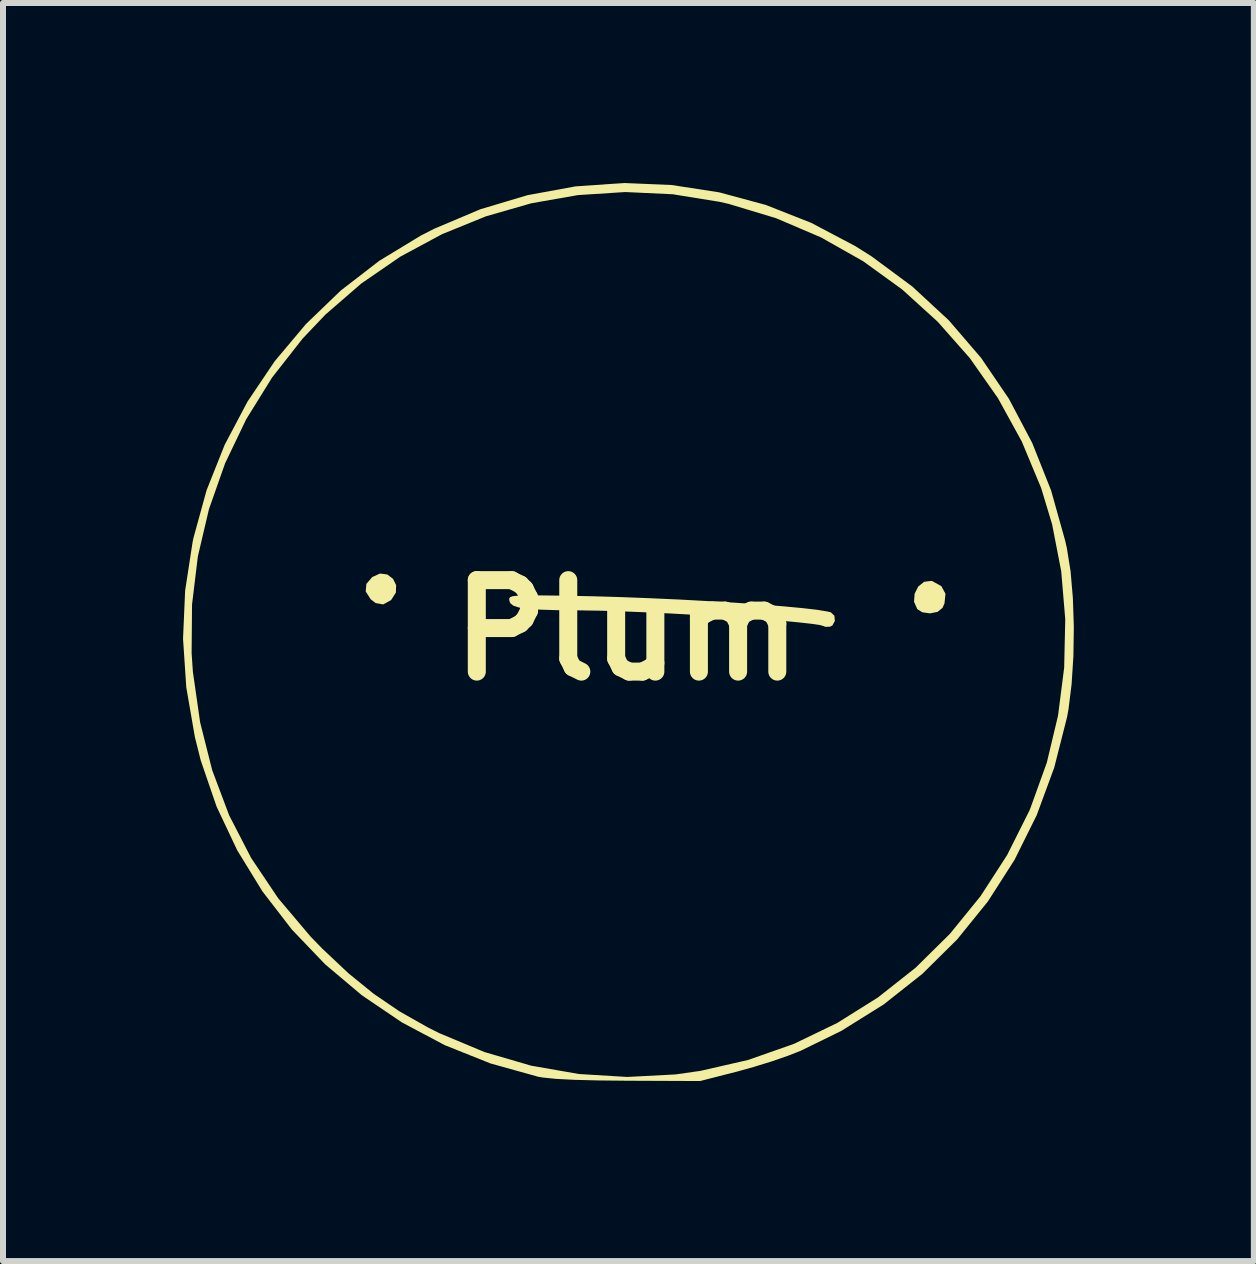
<source format=kicad_pcb>
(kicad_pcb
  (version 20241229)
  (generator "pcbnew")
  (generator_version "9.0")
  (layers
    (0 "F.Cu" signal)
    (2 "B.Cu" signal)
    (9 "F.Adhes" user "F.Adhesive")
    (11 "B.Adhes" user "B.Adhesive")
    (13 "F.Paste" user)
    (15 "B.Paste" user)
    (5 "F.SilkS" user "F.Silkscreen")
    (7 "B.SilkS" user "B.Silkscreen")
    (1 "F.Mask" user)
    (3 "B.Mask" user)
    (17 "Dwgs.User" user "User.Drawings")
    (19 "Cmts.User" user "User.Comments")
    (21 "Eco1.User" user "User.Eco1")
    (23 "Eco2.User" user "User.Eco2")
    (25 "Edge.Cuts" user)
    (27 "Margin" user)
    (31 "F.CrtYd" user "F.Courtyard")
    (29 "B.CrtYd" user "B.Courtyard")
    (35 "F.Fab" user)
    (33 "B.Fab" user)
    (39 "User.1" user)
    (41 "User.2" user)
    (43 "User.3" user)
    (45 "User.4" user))
  (footprint "Plum"
    (layer "F.Cu")
    (at 7.399 7.452)
    (property "Reference" "Plum" (at 0 0 0) (layer "F.SilkS") (effects (font (size 1.524 1.524) (thickness 0.3))))
    (attr board_only exclude_from_pos_files exclude_from_bom)
    (fp_poly (pts (xy -3.996 -0.929) (xy -3.901 -0.858) (xy -3.848 -0.752) (xy -3.852 -0.628) (xy -3.928 -0.508) (xy -3.936 -0.5) (xy -4.064 -0.43) (xy -4.19 -0.453) (xy -4.272 -0.516) (xy -4.355 -0.646) (xy -4.344 -0.772) (xy -4.246 -0.886) (xy -4.116 -0.945)) (stroke (width 0) (type solid)) (fill yes) (layer "F.SilkS"))
    (fp_poly (pts (xy 5.089 -0.817) (xy 5.238 -0.734) (xy 5.306 -0.608) (xy 5.29 -0.448) (xy 5.257 -0.373) (xy 5.175 -0.306) (xy 5.049 -0.281) (xy 4.92 -0.299) (xy 4.836 -0.352) (xy 4.782 -0.475) (xy 4.792 -0.609) (xy 4.852 -0.728) (xy 4.95 -0.807) (xy 5.071 -0.822)) (stroke (width 0) (type solid)) (fill yes) (layer "F.SilkS"))
    (fp_poly (pts (xy -1.237 -0.578) (xy -1.023 -0.575) (xy -0.568 -0.566) (xy -0.092 -0.552) (xy 0.395 -0.533) (xy 0.882 -0.511) (xy 1.356 -0.485) (xy 1.809 -0.458) (xy 2.227 -0.429) (xy 2.601 -0.399) (xy 2.919 -0.369) (xy 3.171 -0.34) (xy 3.344 -0.311) (xy 3.395 -0.299) (xy 3.455 -0.242) (xy 3.463 -0.154) (xy 3.421 -0.078) (xy 3.378 -0.058) (xy 3.301 -0.057) (xy 3.283 -0.066) (xy 3.221 -0.085) (xy 3.076 -0.107) (xy 2.86 -0.131) (xy 2.584 -0.156) (xy 2.26 -0.182) (xy 1.898 -0.209) (xy 1.511 -0.234) (xy 1.108 -0.258) (xy 0.703 -0.28) (xy 0.305 -0.299) (xy -0.073 -0.314) (xy -0.42 -0.325) (xy -0.726 -0.33) (xy -0.798 -0.331) (xy -1.165 -0.334) (xy -1.447 -0.343) (xy -1.657 -0.357) (xy -1.803 -0.379) (xy -1.896 -0.41) (xy -1.946 -0.451) (xy -1.962 -0.495) (xy -1.964 -0.527) (xy -1.95 -0.55) (xy -1.909 -0.566) (xy -1.829 -0.576) (xy -1.698 -0.581) (xy -1.505 -0.581)) (stroke (width 0) (type solid)) (fill yes) (layer "F.SilkS"))
    (fp_poly (pts (xy 0.743 -7.419) (xy 1.535 -7.297) (xy 2.312 -7.087) (xy 3.07 -6.788) (xy 3.8 -6.403) (xy 4.076 -6.229) (xy 4.754 -5.727) (xy 5.363 -5.163) (xy 5.899 -4.539) (xy 6.363 -3.857) (xy 6.752 -3.12) (xy 7.066 -2.33) (xy 7.302 -1.488) (xy 7.33 -1.362) (xy 7.391 -0.981) (xy 7.429 -0.536) (xy 7.445 -0.057) (xy 7.438 0.431) (xy 7.408 0.898) (xy 7.356 1.317) (xy 7.332 1.448) (xy 7.119 2.287) (xy 6.827 3.081) (xy 6.457 3.826) (xy 6.014 4.518) (xy 5.501 5.152) (xy 4.921 5.726) (xy 4.276 6.236) (xy 3.571 6.676) (xy 2.891 7.009) (xy 2.676 7.093) (xy 2.404 7.187) (xy 2.111 7.277) (xy 1.843 7.352) (xy 1.217 7.512) (xy 0.01 7.507) (xy -0.48 7.502) (xy -0.877 7.492) (xy -1.184 7.476) (xy -1.4 7.454) (xy -1.479 7.441) (xy -2.276 7.219) (xy -3.036 6.915) (xy -3.752 6.535) (xy -4.419 6.083) (xy -5.032 5.566) (xy -5.586 4.987) (xy -6.075 4.353) (xy -6.495 3.669) (xy -6.84 2.939) (xy -7.104 2.169) (xy -7.202 1.778) (xy -7.345 0.951) (xy -7.383 0.38) (xy -7.256 0.38) (xy -7.235 0.691) (xy -7.114 1.535) (xy -6.913 2.332) (xy -6.63 3.085) (xy -6.264 3.795) (xy -5.813 4.467) (xy -5.276 5.102) (xy -5.076 5.308) (xy -4.642 5.717) (xy -4.221 6.059) (xy -3.789 6.353) (xy -3.32 6.618) (xy -3.127 6.715) (xy -2.376 7.029) (xy -1.598 7.256) (xy -0.802 7.395) (xy 0.002 7.444) (xy 0.806 7.402) (xy 1.221 7.343) (xy 2.017 7.161) (xy 2.78 6.893) (xy 3.503 6.544) (xy 4.181 6.119) (xy 4.809 5.623) (xy 5.38 5.059) (xy 5.89 4.432) (xy 6.333 3.747) (xy 6.703 3.009) (xy 6.724 2.958) (xy 6.995 2.205) (xy 7.182 1.422) (xy 7.284 0.623) (xy 7.302 -0.183) (xy 7.235 -0.982) (xy 7.083 -1.765) (xy 6.9 -2.371) (xy 6.577 -3.146) (xy 6.18 -3.868) (xy 5.712 -4.534) (xy 5.179 -5.138) (xy 4.585 -5.678) (xy 3.934 -6.149) (xy 3.232 -6.546) (xy 2.483 -6.866) (xy 1.691 -7.105) (xy 1.546 -7.138) (xy 0.761 -7.265) (xy -0.029 -7.302) (xy -0.817 -7.251) (xy -1.594 -7.115) (xy -2.352 -6.897) (xy -3.082 -6.6) (xy -3.777 -6.226) (xy -4.428 -5.778) (xy -5.027 -5.259) (xy -5.407 -4.859) (xy -5.915 -4.211) (xy -6.346 -3.516) (xy -6.698 -2.782) (xy -6.967 -2.017) (xy -7.152 -1.23) (xy -7.249 -0.428) (xy -7.256 0.38) (xy -7.383 0.38) (xy -7.399 0.142) (xy -7.364 -0.66) (xy -7.24 -1.468) (xy -7.224 -1.543) (xy -7.007 -2.332) (xy -6.705 -3.09) (xy -6.325 -3.809) (xy -5.872 -4.482) (xy -5.351 -5.102) (xy -4.769 -5.662) (xy -4.129 -6.156) (xy -3.439 -6.575) (xy -3.216 -6.689) (xy -2.445 -7.015) (xy -1.658 -7.25) (xy -0.86 -7.396) (xy -0.058 -7.452)) (stroke (width 0) (type solid)) (fill yes) (layer "F.SilkS")))
  (gr_rect
    (start -3 -3)
    (end 17.844 17.964)
    (stroke (width 0.1) (type default))
    (fill no)
    (layer "Edge.Cuts")))
</source>
